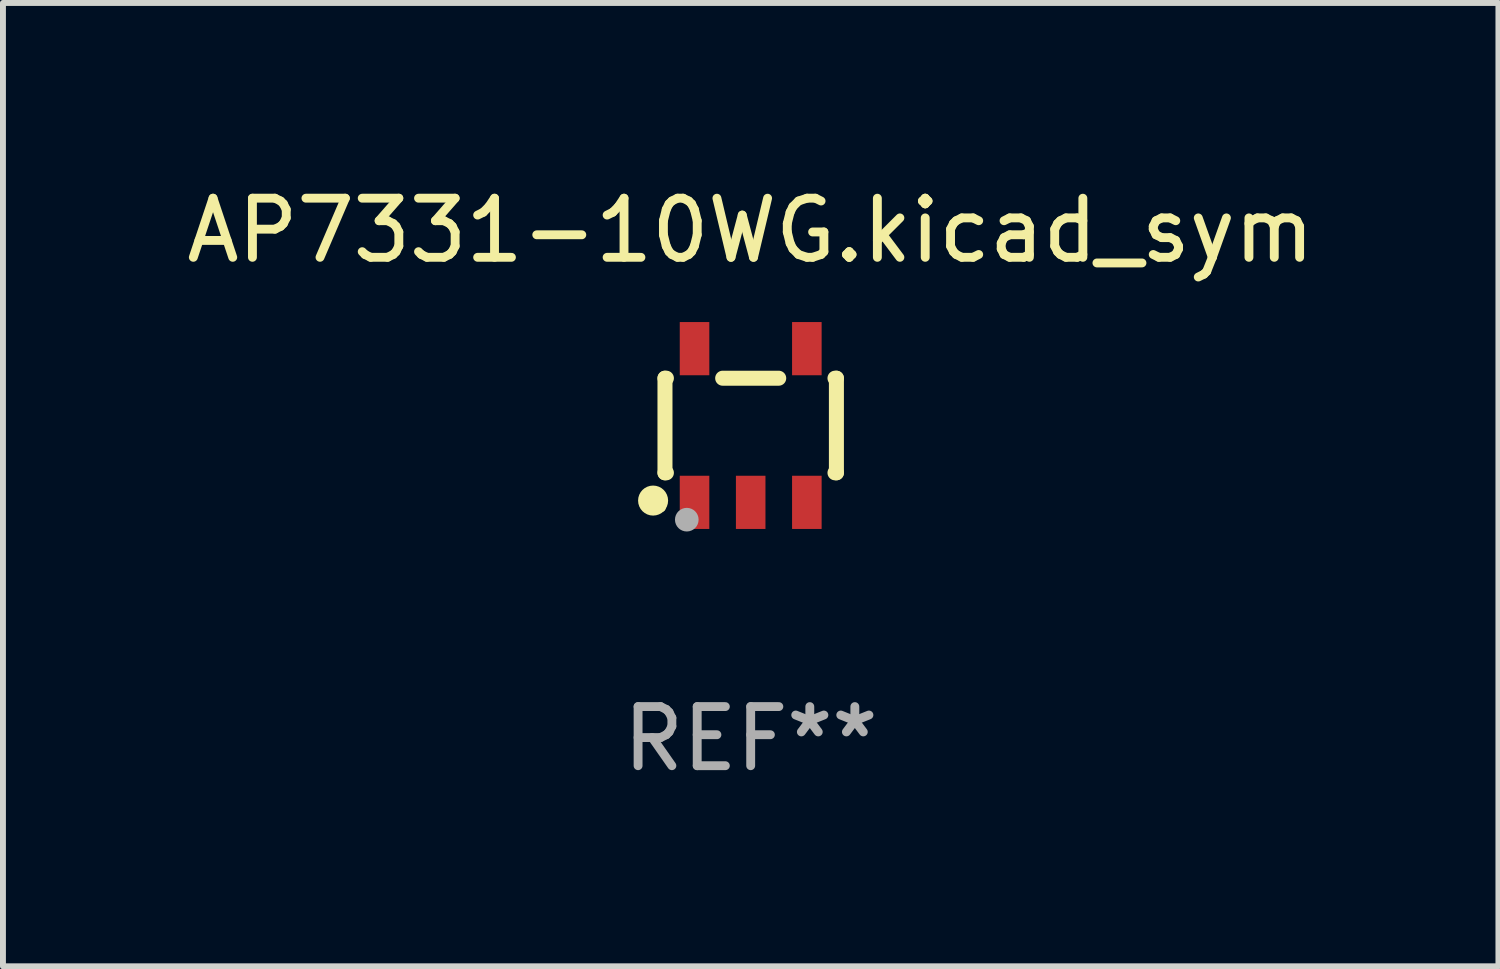
<source format=kicad_pcb>
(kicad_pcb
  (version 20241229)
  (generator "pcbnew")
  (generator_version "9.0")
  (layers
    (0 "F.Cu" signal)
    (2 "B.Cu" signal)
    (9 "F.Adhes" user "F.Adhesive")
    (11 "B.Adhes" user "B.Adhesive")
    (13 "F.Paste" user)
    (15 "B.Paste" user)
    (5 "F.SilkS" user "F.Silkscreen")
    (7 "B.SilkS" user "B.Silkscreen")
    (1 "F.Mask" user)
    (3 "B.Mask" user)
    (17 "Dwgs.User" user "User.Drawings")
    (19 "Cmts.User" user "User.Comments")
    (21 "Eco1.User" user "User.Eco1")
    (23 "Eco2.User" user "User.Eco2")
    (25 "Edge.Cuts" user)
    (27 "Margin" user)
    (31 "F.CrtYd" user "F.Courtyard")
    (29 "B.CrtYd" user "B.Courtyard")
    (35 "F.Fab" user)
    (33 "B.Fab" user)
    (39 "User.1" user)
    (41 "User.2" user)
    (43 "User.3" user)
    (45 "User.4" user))
  (footprint "AP7331-10WG.kicad_sym"
    (layer "F.Cu")
    (at 9.649 4.148)
    (property "Reference" "AP7331-10WG.kicad_sym" (at 0 -3.3 0) (layer "F.SilkS") (effects (font (size 1 1) (thickness 0.15))))
    (attr through_hole)
    (fp_line (start -1.45 0.8) (end -1.45 -0.8) (stroke (width 0.254) (type solid)) (layer "F.SilkS"))
    (fp_line (start -1.45 0.8) (end -1.426 0.8) (stroke (width 0.254) (type solid)) (layer "F.SilkS"))
    (fp_line (start -1.426 -0.8) (end -1.45 -0.8) (stroke (width 0.254) (type solid)) (layer "F.SilkS"))
    (fp_line (start 0.474 -0.8) (end -0.474 -0.8) (stroke (width 0.254) (type solid)) (layer "F.SilkS"))
    (fp_line (start 1.426 0.8) (end 1.45 0.8) (stroke (width 0.254) (type solid)) (layer "F.SilkS"))
    (fp_line (start 1.45 -0.8) (end 1.426 -0.8) (stroke (width 0.254) (type solid)) (layer "F.SilkS"))
    (fp_line (start 1.45 0.8) (end 1.45 -0.8) (stroke (width 0.254) (type solid)) (layer "F.SilkS"))
    (fp_circle (center -1.651 1.27) (end -1.524 1.27) (stroke (width 0.254) (type solid)) (fill no) (layer "F.SilkS"))
    (fp_circle (center -1.5 1.4) (end -1.47 1.4) (stroke (width 0.06) (type solid)) (fill no) (layer "F.SilkS"))
    (fp_circle (center -1.081 1.593) (end -0.981 1.593) (stroke (width 0.2) (type solid)) (fill no) (layer "F.Fab"))
    (fp_text user "REF**" (at 0 5.3 0) (layer "F.Fab") (effects (font (size 1 1) (thickness 0.15))))
    (pad "1" smd rect (at -0.95 1.3) (size 0.5 0.9) (layers "F.Cu" "F.Mask" "F.Paste"))
    (pad "2" smd rect (at 0 1.3) (size 0.5 0.9) (layers "F.Cu" "F.Mask" "F.Paste"))
    (pad "3" smd rect (at 0.95 1.3) (size 0.5 0.9) (layers "F.Cu" "F.Mask" "F.Paste"))
    (pad "4" smd rect (at 0.95 -1.3) (size 0.5 0.9) (layers "F.Cu" "F.Mask" "F.Paste"))
    (pad "5" smd rect (at -0.95 -1.3) (size 0.5 0.9) (layers "F.Cu" "F.Mask" "F.Paste")))
  (gr_rect
    (start -3 -3)
    (end 22.298 13.296)
    (stroke (width 0.1) (type default))
    (fill no)
    (layer "Edge.Cuts")))
</source>
